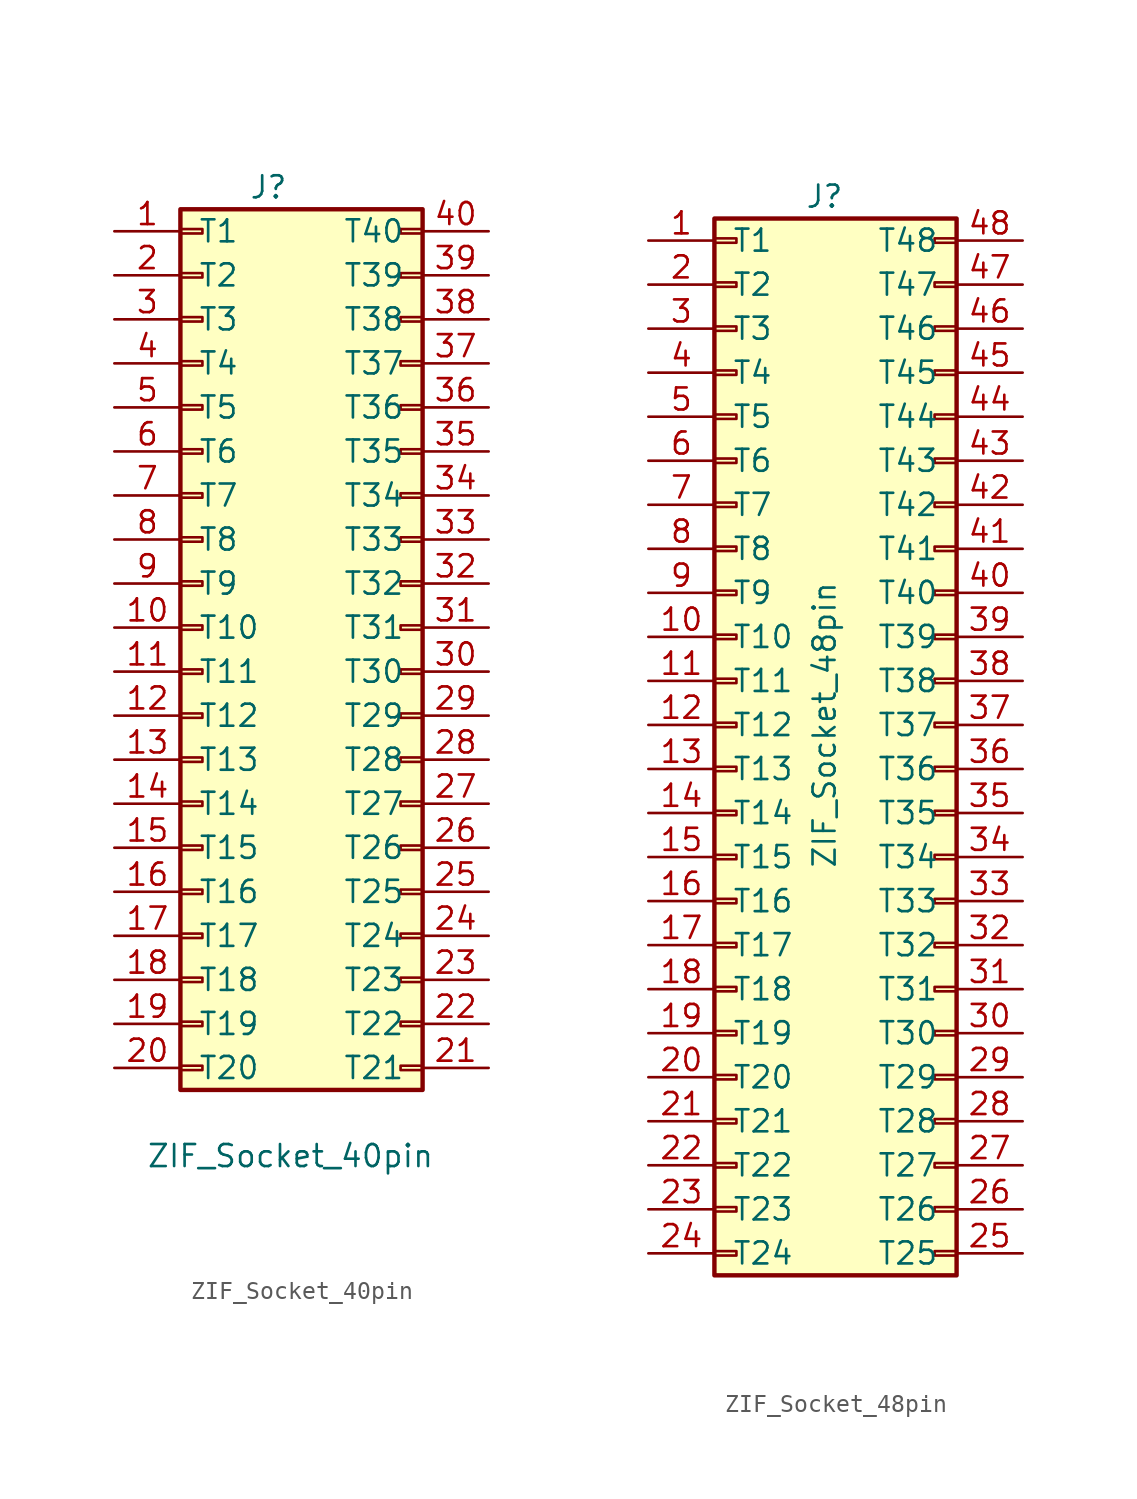
<source format=kicad_sym>
(kicad_symbol_lib
  (version 20211014)
  (generator kicad_symbol_editor)
  (symbol "ZIF_Socket_40pin"
    (pin_names
      (offset 1.016))
    (property "Reference" "J"
      (at 3.81 25.4 0)
      (effects (font (size 1.27 1.27))))
    (property "Value" "ZIF_Socket_40pin"
      (at 5.08 -30.48 0)
      (effects (font (size 1.27 1.27))))
    (symbol "ZIF_Socket_40pin_1_1"
      (rectangle (start -1.27 -25.273) (end 0 -25.527) (stroke (width 0.152) (type default) (color 0 0 0 0)) (fill (type none)))
      (rectangle (start -1.27 -22.733) (end 0 -22.987) (stroke (width 0.152) (type default) (color 0 0 0 0)) (fill (type none)))
      (rectangle (start -1.27 -20.193) (end 0 -20.447) (stroke (width 0.152) (type default) (color 0 0 0 0)) (fill (type none)))
      (rectangle (start -1.27 -17.653) (end 0 -17.907) (stroke (width 0.152) (type default) (color 0 0 0 0)) (fill (type none)))
      (rectangle (start -1.27 -15.113) (end 0 -15.367) (stroke (width 0.152) (type default) (color 0 0 0 0)) (fill (type none)))
      (rectangle (start -1.27 -12.573) (end 0 -12.827) (stroke (width 0.152) (type default) (color 0 0 0 0)) (fill (type none)))
      (rectangle (start -1.27 -10.033) (end 0 -10.287) (stroke (width 0.152) (type default) (color 0 0 0 0)) (fill (type none)))
      (rectangle (start -1.27 -7.493) (end 0 -7.747) (stroke (width 0.152) (type default) (color 0 0 0 0)) (fill (type none)))
      (rectangle (start -1.27 -4.953) (end 0 -5.207) (stroke (width 0.152) (type default) (color 0 0 0 0)) (fill (type none)))
      (rectangle (start -1.27 -2.413) (end 0 -2.667) (stroke (width 0.152) (type default) (color 0 0 0 0)) (fill (type none)))
      (rectangle (start -1.27 0.127) (end 0 -0.127) (stroke (width 0.152) (type default) (color 0 0 0 0)) (fill (type none)))
      (rectangle (start -1.27 2.667) (end 0 2.413) (stroke (width 0.152) (type default) (color 0 0 0 0)) (fill (type none)))
      (rectangle (start -1.27 5.207) (end 0 4.953) (stroke (width 0.152) (type default) (color 0 0 0 0)) (fill (type none)))
      (rectangle (start -1.27 7.747) (end 0 7.493) (stroke (width 0.152) (type default) (color 0 0 0 0)) (fill (type none)))
      (rectangle (start -1.27 10.287) (end 0 10.033) (stroke (width 0.152) (type default) (color 0 0 0 0)) (fill (type none)))
      (rectangle (start -1.27 12.827) (end 0 12.573) (stroke (width 0.152) (type default) (color 0 0 0 0)) (fill (type none)))
      (rectangle (start -1.27 15.367) (end 0 15.113) (stroke (width 0.152) (type default) (color 0 0 0 0)) (fill (type none)))
      (rectangle (start -1.27 17.907) (end 0 17.653) (stroke (width 0.152) (type default) (color 0 0 0 0)) (fill (type none)))
      (rectangle (start -1.27 20.447) (end 0 20.193) (stroke (width 0.152) (type default) (color 0 0 0 0)) (fill (type none)))
      (rectangle (start -1.27 22.987) (end 0 22.733) (stroke (width 0.152) (type default) (color 0 0 0 0)) (fill (type none)))
      (rectangle (start -1.27 24.13) (end 12.7 -26.67) (stroke (width 0.254) (type default) (color 0 0 0 0)) (fill (type background)))
      (rectangle (start 12.7 -25.273) (end 11.43 -25.527) (stroke (width 0.152) (type default) (color 0 0 0 0)) (fill (type none)))
      (rectangle (start 12.7 -22.733) (end 11.43 -22.987) (stroke (width 0.152) (type default) (color 0 0 0 0)) (fill (type none)))
      (rectangle (start 12.7 -20.193) (end 11.43 -20.447) (stroke (width 0.152) (type default) (color 0 0 0 0)) (fill (type none)))
      (rectangle (start 12.7 -17.653) (end 11.43 -17.907) (stroke (width 0.152) (type default) (color 0 0 0 0)) (fill (type none)))
      (rectangle (start 12.7 -15.113) (end 11.43 -15.367) (stroke (width 0.152) (type default) (color 0 0 0 0)) (fill (type none)))
      (rectangle (start 12.7 -12.573) (end 11.43 -12.827) (stroke (width 0.152) (type default) (color 0 0 0 0)) (fill (type none)))
      (rectangle (start 12.7 -10.033) (end 11.43 -10.287) (stroke (width 0.152) (type default) (color 0 0 0 0)) (fill (type none)))
      (rectangle (start 12.7 -7.493) (end 11.43 -7.747) (stroke (width 0.152) (type default) (color 0 0 0 0)) (fill (type none)))
      (rectangle (start 12.7 -4.953) (end 11.43 -5.207) (stroke (width 0.152) (type default) (color 0 0 0 0)) (fill (type none)))
      (rectangle (start 12.7 -2.413) (end 11.43 -2.667) (stroke (width 0.152) (type default) (color 0 0 0 0)) (fill (type none)))
      (rectangle (start 12.7 0.127) (end 11.43 -0.127) (stroke (width 0.152) (type default) (color 0 0 0 0)) (fill (type none)))
      (rectangle (start 12.7 2.667) (end 11.43 2.413) (stroke (width 0.152) (type default) (color 0 0 0 0)) (fill (type none)))
      (rectangle (start 12.7 5.207) (end 11.43 4.953) (stroke (width 0.152) (type default) (color 0 0 0 0)) (fill (type none)))
      (rectangle (start 12.7 7.747) (end 11.43 7.493) (stroke (width 0.152) (type default) (color 0 0 0 0)) (fill (type none)))
      (rectangle (start 12.7 10.287) (end 11.43 10.033) (stroke (width 0.152) (type default) (color 0 0 0 0)) (fill (type none)))
      (rectangle (start 12.7 12.827) (end 11.43 12.573) (stroke (width 0.152) (type default) (color 0 0 0 0)) (fill (type none)))
      (rectangle (start 12.7 15.367) (end 11.43 15.113) (stroke (width 0.152) (type default) (color 0 0 0 0)) (fill (type none)))
      (rectangle (start 12.7 17.907) (end 11.43 17.653) (stroke (width 0.152) (type default) (color 0 0 0 0)) (fill (type none)))
      (rectangle (start 12.7 20.447) (end 11.43 20.193) (stroke (width 0.152) (type default) (color 0 0 0 0)) (fill (type none)))
      (rectangle (start 12.7 22.987) (end 11.43 22.733) (stroke (width 0.152) (type default) (color 0 0 0 0)) (fill (type none)))
      (pin passive line (at -5.08 22.86 0) (length 3.81) (name "T1" (effects (font (size 1.27 1.27)))) (number "1" (effects (font (size 1.27 1.27)))))
      (pin passive line (at -5.08 0 0) (length 3.81) (name "T10" (effects (font (size 1.27 1.27)))) (number "10" (effects (font (size 1.27 1.27)))))
      (pin passive line (at -5.08 -2.54 0) (length 3.81) (name "T11" (effects (font (size 1.27 1.27)))) (number "11" (effects (font (size 1.27 1.27)))))
      (pin passive line (at -5.08 -5.08 0) (length 3.81) (name "T12" (effects (font (size 1.27 1.27)))) (number "12" (effects (font (size 1.27 1.27)))))
      (pin passive line (at -5.08 -7.62 0) (length 3.81) (name "T13" (effects (font (size 1.27 1.27)))) (number "13" (effects (font (size 1.27 1.27)))))
      (pin passive line (at -5.08 -10.16 0) (length 3.81) (name "T14" (effects (font (size 1.27 1.27)))) (number "14" (effects (font (size 1.27 1.27)))))
      (pin passive line (at -5.08 -12.7 0) (length 3.81) (name "T15" (effects (font (size 1.27 1.27)))) (number "15" (effects (font (size 1.27 1.27)))))
      (pin passive line (at -5.08 -15.24 0) (length 3.81) (name "T16" (effects (font (size 1.27 1.27)))) (number "16" (effects (font (size 1.27 1.27)))))
      (pin passive line (at -5.08 -17.78 0) (length 3.81) (name "T17" (effects (font (size 1.27 1.27)))) (number "17" (effects (font (size 1.27 1.27)))))
      (pin passive line (at -5.08 -20.32 0) (length 3.81) (name "T18" (effects (font (size 1.27 1.27)))) (number "18" (effects (font (size 1.27 1.27)))))
      (pin passive line (at -5.08 -22.86 0) (length 3.81) (name "T19" (effects (font (size 1.27 1.27)))) (number "19" (effects (font (size 1.27 1.27)))))
      (pin passive line (at -5.08 20.32 0) (length 3.81) (name "T2" (effects (font (size 1.27 1.27)))) (number "2" (effects (font (size 1.27 1.27)))))
      (pin passive line (at -5.08 -25.4 0) (length 3.81) (name "T20" (effects (font (size 1.27 1.27)))) (number "20" (effects (font (size 1.27 1.27)))))
      (pin passive line (at 16.51 -25.4 180) (length 3.81) (name "T21" (effects (font (size 1.27 1.27)))) (number "21" (effects (font (size 1.27 1.27)))))
      (pin passive line (at 16.51 -22.86 180) (length 3.81) (name "T22" (effects (font (size 1.27 1.27)))) (number "22" (effects (font (size 1.27 1.27)))))
      (pin passive line (at 16.51 -20.32 180) (length 3.81) (name "T23" (effects (font (size 1.27 1.27)))) (number "23" (effects (font (size 1.27 1.27)))))
      (pin passive line (at 16.51 -17.78 180) (length 3.81) (name "T24" (effects (font (size 1.27 1.27)))) (number "24" (effects (font (size 1.27 1.27)))))
      (pin passive line (at 16.51 -15.24 180) (length 3.81) (name "T25" (effects (font (size 1.27 1.27)))) (number "25" (effects (font (size 1.27 1.27)))))
      (pin passive line (at 16.51 -12.7 180) (length 3.81) (name "T26" (effects (font (size 1.27 1.27)))) (number "26" (effects (font (size 1.27 1.27)))))
      (pin passive line (at 16.51 -10.16 180) (length 3.81) (name "T27" (effects (font (size 1.27 1.27)))) (number "27" (effects (font (size 1.27 1.27)))))
      (pin passive line (at 16.51 -7.62 180) (length 3.81) (name "T28" (effects (font (size 1.27 1.27)))) (number "28" (effects (font (size 1.27 1.27)))))
      (pin passive line (at 16.51 -5.08 180) (length 3.81) (name "T29" (effects (font (size 1.27 1.27)))) (number "29" (effects (font (size 1.27 1.27)))))
      (pin passive line (at -5.08 17.78 0) (length 3.81) (name "T3" (effects (font (size 1.27 1.27)))) (number "3" (effects (font (size 1.27 1.27)))))
      (pin passive line (at 16.51 -2.54 180) (length 3.81) (name "T30" (effects (font (size 1.27 1.27)))) (number "30" (effects (font (size 1.27 1.27)))))
      (pin passive line (at 16.51 0 180) (length 3.81) (name "T31" (effects (font (size 1.27 1.27)))) (number "31" (effects (font (size 1.27 1.27)))))
      (pin passive line (at 16.51 2.54 180) (length 3.81) (name "T32" (effects (font (size 1.27 1.27)))) (number "32" (effects (font (size 1.27 1.27)))))
      (pin passive line (at 16.51 5.08 180) (length 3.81) (name "T33" (effects (font (size 1.27 1.27)))) (number "33" (effects (font (size 1.27 1.27)))))
      (pin passive line (at 16.51 7.62 180) (length 3.81) (name "T34" (effects (font (size 1.27 1.27)))) (number "34" (effects (font (size 1.27 1.27)))))
      (pin passive line (at 16.51 10.16 180) (length 3.81) (name "T35" (effects (font (size 1.27 1.27)))) (number "35" (effects (font (size 1.27 1.27)))))
      (pin passive line (at 16.51 12.7 180) (length 3.81) (name "T36" (effects (font (size 1.27 1.27)))) (number "36" (effects (font (size 1.27 1.27)))))
      (pin passive line (at 16.51 15.24 180) (length 3.81) (name "T37" (effects (font (size 1.27 1.27)))) (number "37" (effects (font (size 1.27 1.27)))))
      (pin passive line (at 16.51 17.78 180) (length 3.81) (name "T38" (effects (font (size 1.27 1.27)))) (number "38" (effects (font (size 1.27 1.27)))))
      (pin passive line (at 16.51 20.32 180) (length 3.81) (name "T39" (effects (font (size 1.27 1.27)))) (number "39" (effects (font (size 1.27 1.27)))))
      (pin passive line (at -5.08 15.24 0) (length 3.81) (name "T4" (effects (font (size 1.27 1.27)))) (number "4" (effects (font (size 1.27 1.27)))))
      (pin passive line (at 16.51 22.86 180) (length 3.81) (name "T40" (effects (font (size 1.27 1.27)))) (number "40" (effects (font (size 1.27 1.27)))))
      (pin passive line (at -5.08 12.7 0) (length 3.81) (name "T5" (effects (font (size 1.27 1.27)))) (number "5" (effects (font (size 1.27 1.27)))))
      (pin passive line (at -5.08 10.16 0) (length 3.81) (name "T6" (effects (font (size 1.27 1.27)))) (number "6" (effects (font (size 1.27 1.27)))))
      (pin passive line (at -5.08 7.62 0) (length 3.81) (name "T7" (effects (font (size 1.27 1.27)))) (number "7" (effects (font (size 1.27 1.27)))))
      (pin passive line (at -5.08 5.08 0) (length 3.81) (name "T8" (effects (font (size 1.27 1.27)))) (number "8" (effects (font (size 1.27 1.27)))))
      (pin passive line (at -5.08 2.54 0) (length 3.81) (name "T9" (effects (font (size 1.27 1.27)))) (number "9" (effects (font (size 1.27 1.27)))))))
  (symbol "ZIF_Socket_48pin"
    (pin_names
      (offset 1.016))
    (property "Reference" "J"
      (at 5.08 30.48 0)
      (effects (font (size 1.27 1.27))))
    (property "Value" "ZIF_Socket_48pin"
      (at 5.08 0 90)
      (effects (font (size 1.27 1.27))))
    (symbol "ZIF_Socket_48pin_1_1"
      (rectangle (start -1.27 -30.353) (end 0 -30.607) (stroke (width 0.152) (type default) (color 0 0 0 0)) (fill (type none)))
      (rectangle (start -1.27 -27.813) (end 0 -28.067) (stroke (width 0.152) (type default) (color 0 0 0 0)) (fill (type none)))
      (rectangle (start -1.27 -25.273) (end 0 -25.527) (stroke (width 0.152) (type default) (color 0 0 0 0)) (fill (type none)))
      (rectangle (start -1.27 -22.733) (end 0 -22.987) (stroke (width 0.152) (type default) (color 0 0 0 0)) (fill (type none)))
      (rectangle (start -1.27 -20.193) (end 0 -20.447) (stroke (width 0.152) (type default) (color 0 0 0 0)) (fill (type none)))
      (rectangle (start -1.27 -17.653) (end 0 -17.907) (stroke (width 0.152) (type default) (color 0 0 0 0)) (fill (type none)))
      (rectangle (start -1.27 -15.113) (end 0 -15.367) (stroke (width 0.152) (type default) (color 0 0 0 0)) (fill (type none)))
      (rectangle (start -1.27 -12.573) (end 0 -12.827) (stroke (width 0.152) (type default) (color 0 0 0 0)) (fill (type none)))
      (rectangle (start -1.27 -10.033) (end 0 -10.287) (stroke (width 0.152) (type default) (color 0 0 0 0)) (fill (type none)))
      (rectangle (start -1.27 -7.493) (end 0 -7.747) (stroke (width 0.152) (type default) (color 0 0 0 0)) (fill (type none)))
      (rectangle (start -1.27 -4.953) (end 0 -5.207) (stroke (width 0.152) (type default) (color 0 0 0 0)) (fill (type none)))
      (rectangle (start -1.27 -2.413) (end 0 -2.667) (stroke (width 0.152) (type default) (color 0 0 0 0)) (fill (type none)))
      (rectangle (start -1.27 0.127) (end 0 -0.127) (stroke (width 0.152) (type default) (color 0 0 0 0)) (fill (type none)))
      (rectangle (start -1.27 2.667) (end 0 2.413) (stroke (width 0.152) (type default) (color 0 0 0 0)) (fill (type none)))
      (rectangle (start -1.27 5.207) (end 0 4.953) (stroke (width 0.152) (type default) (color 0 0 0 0)) (fill (type none)))
      (rectangle (start -1.27 7.747) (end 0 7.493) (stroke (width 0.152) (type default) (color 0 0 0 0)) (fill (type none)))
      (rectangle (start -1.27 10.287) (end 0 10.033) (stroke (width 0.152) (type default) (color 0 0 0 0)) (fill (type none)))
      (rectangle (start -1.27 12.827) (end 0 12.573) (stroke (width 0.152) (type default) (color 0 0 0 0)) (fill (type none)))
      (rectangle (start -1.27 15.367) (end 0 15.113) (stroke (width 0.152) (type default) (color 0 0 0 0)) (fill (type none)))
      (rectangle (start -1.27 17.907) (end 0 17.653) (stroke (width 0.152) (type default) (color 0 0 0 0)) (fill (type none)))
      (rectangle (start -1.27 20.447) (end 0 20.193) (stroke (width 0.152) (type default) (color 0 0 0 0)) (fill (type none)))
      (rectangle (start -1.27 22.987) (end 0 22.733) (stroke (width 0.152) (type default) (color 0 0 0 0)) (fill (type none)))
      (rectangle (start -1.27 25.527) (end 0 25.273) (stroke (width 0.152) (type default) (color 0 0 0 0)) (fill (type none)))
      (rectangle (start -1.27 28.067) (end 0 27.813) (stroke (width 0.152) (type default) (color 0 0 0 0)) (fill (type none)))
      (rectangle (start -1.27 29.21) (end 12.7 -31.75) (stroke (width 0.254) (type default) (color 0 0 0 0)) (fill (type background)))
      (rectangle (start 12.7 -30.353) (end 11.43 -30.607) (stroke (width 0.152) (type default) (color 0 0 0 0)) (fill (type none)))
      (rectangle (start 12.7 -27.813) (end 11.43 -28.067) (stroke (width 0.152) (type default) (color 0 0 0 0)) (fill (type none)))
      (rectangle (start 12.7 -25.273) (end 11.43 -25.527) (stroke (width 0.152) (type default) (color 0 0 0 0)) (fill (type none)))
      (rectangle (start 12.7 -22.733) (end 11.43 -22.987) (stroke (width 0.152) (type default) (color 0 0 0 0)) (fill (type none)))
      (rectangle (start 12.7 -20.193) (end 11.43 -20.447) (stroke (width 0.152) (type default) (color 0 0 0 0)) (fill (type none)))
      (rectangle (start 12.7 -17.653) (end 11.43 -17.907) (stroke (width 0.152) (type default) (color 0 0 0 0)) (fill (type none)))
      (rectangle (start 12.7 -15.113) (end 11.43 -15.367) (stroke (width 0.152) (type default) (color 0 0 0 0)) (fill (type none)))
      (rectangle (start 12.7 -12.573) (end 11.43 -12.827) (stroke (width 0.152) (type default) (color 0 0 0 0)) (fill (type none)))
      (rectangle (start 12.7 -10.033) (end 11.43 -10.287) (stroke (width 0.152) (type default) (color 0 0 0 0)) (fill (type none)))
      (rectangle (start 12.7 -7.493) (end 11.43 -7.747) (stroke (width 0.152) (type default) (color 0 0 0 0)) (fill (type none)))
      (rectangle (start 12.7 -4.953) (end 11.43 -5.207) (stroke (width 0.152) (type default) (color 0 0 0 0)) (fill (type none)))
      (rectangle (start 12.7 -2.413) (end 11.43 -2.667) (stroke (width 0.152) (type default) (color 0 0 0 0)) (fill (type none)))
      (rectangle (start 12.7 0.127) (end 11.43 -0.127) (stroke (width 0.152) (type default) (color 0 0 0 0)) (fill (type none)))
      (rectangle (start 12.7 2.667) (end 11.43 2.413) (stroke (width 0.152) (type default) (color 0 0 0 0)) (fill (type none)))
      (rectangle (start 12.7 5.207) (end 11.43 4.953) (stroke (width 0.152) (type default) (color 0 0 0 0)) (fill (type none)))
      (rectangle (start 12.7 7.747) (end 11.43 7.493) (stroke (width 0.152) (type default) (color 0 0 0 0)) (fill (type none)))
      (rectangle (start 12.7 10.287) (end 11.43 10.033) (stroke (width 0.152) (type default) (color 0 0 0 0)) (fill (type none)))
      (rectangle (start 12.7 12.827) (end 11.43 12.573) (stroke (width 0.152) (type default) (color 0 0 0 0)) (fill (type none)))
      (rectangle (start 12.7 15.367) (end 11.43 15.113) (stroke (width 0.152) (type default) (color 0 0 0 0)) (fill (type none)))
      (rectangle (start 12.7 17.907) (end 11.43 17.653) (stroke (width 0.152) (type default) (color 0 0 0 0)) (fill (type none)))
      (rectangle (start 12.7 20.447) (end 11.43 20.193) (stroke (width 0.152) (type default) (color 0 0 0 0)) (fill (type none)))
      (rectangle (start 12.7 22.987) (end 11.43 22.733) (stroke (width 0.152) (type default) (color 0 0 0 0)) (fill (type none)))
      (rectangle (start 12.7 25.527) (end 11.43 25.273) (stroke (width 0.152) (type default) (color 0 0 0 0)) (fill (type none)))
      (rectangle (start 12.7 28.067) (end 11.43 27.813) (stroke (width 0.152) (type default) (color 0 0 0 0)) (fill (type none)))
      (pin passive line (at -5.08 27.94 0) (length 3.81) (name "T1" (effects (font (size 1.27 1.27)))) (number "1" (effects (font (size 1.27 1.27)))))
      (pin passive line (at -5.08 5.08 0) (length 3.81) (name "T10" (effects (font (size 1.27 1.27)))) (number "10" (effects (font (size 1.27 1.27)))))
      (pin passive line (at -5.08 2.54 0) (length 3.81) (name "T11" (effects (font (size 1.27 1.27)))) (number "11" (effects (font (size 1.27 1.27)))))
      (pin passive line (at -5.08 0 0) (length 3.81) (name "T12" (effects (font (size 1.27 1.27)))) (number "12" (effects (font (size 1.27 1.27)))))
      (pin passive line (at -5.08 -2.54 0) (length 3.81) (name "T13" (effects (font (size 1.27 1.27)))) (number "13" (effects (font (size 1.27 1.27)))))
      (pin passive line (at -5.08 -5.08 0) (length 3.81) (name "T14" (effects (font (size 1.27 1.27)))) (number "14" (effects (font (size 1.27 1.27)))))
      (pin passive line (at -5.08 -7.62 0) (length 3.81) (name "T15" (effects (font (size 1.27 1.27)))) (number "15" (effects (font (size 1.27 1.27)))))
      (pin passive line (at -5.08 -10.16 0) (length 3.81) (name "T16" (effects (font (size 1.27 1.27)))) (number "16" (effects (font (size 1.27 1.27)))))
      (pin passive line (at -5.08 -12.7 0) (length 3.81) (name "T17" (effects (font (size 1.27 1.27)))) (number "17" (effects (font (size 1.27 1.27)))))
      (pin passive line (at -5.08 -15.24 0) (length 3.81) (name "T18" (effects (font (size 1.27 1.27)))) (number "18" (effects (font (size 1.27 1.27)))))
      (pin passive line (at -5.08 -17.78 0) (length 3.81) (name "T19" (effects (font (size 1.27 1.27)))) (number "19" (effects (font (size 1.27 1.27)))))
      (pin passive line (at -5.08 25.4 0) (length 3.81) (name "T2" (effects (font (size 1.27 1.27)))) (number "2" (effects (font (size 1.27 1.27)))))
      (pin passive line (at -5.08 -20.32 0) (length 3.81) (name "T20" (effects (font (size 1.27 1.27)))) (number "20" (effects (font (size 1.27 1.27)))))
      (pin passive line (at -5.08 -22.86 0) (length 3.81) (name "T21" (effects (font (size 1.27 1.27)))) (number "21" (effects (font (size 1.27 1.27)))))
      (pin passive line (at -5.08 -25.4 0) (length 3.81) (name "T22" (effects (font (size 1.27 1.27)))) (number "22" (effects (font (size 1.27 1.27)))))
      (pin passive line (at -5.08 -27.94 0) (length 3.81) (name "T23" (effects (font (size 1.27 1.27)))) (number "23" (effects (font (size 1.27 1.27)))))
      (pin passive line (at -5.08 -30.48 0) (length 3.81) (name "T24" (effects (font (size 1.27 1.27)))) (number "24" (effects (font (size 1.27 1.27)))))
      (pin passive line (at 16.51 -30.48 180) (length 3.81) (name "T25" (effects (font (size 1.27 1.27)))) (number "25" (effects (font (size 1.27 1.27)))))
      (pin passive line (at 16.51 -27.94 180) (length 3.81) (name "T26" (effects (font (size 1.27 1.27)))) (number "26" (effects (font (size 1.27 1.27)))))
      (pin passive line (at 16.51 -25.4 180) (length 3.81) (name "T27" (effects (font (size 1.27 1.27)))) (number "27" (effects (font (size 1.27 1.27)))))
      (pin passive line (at 16.51 -22.86 180) (length 3.81) (name "T28" (effects (font (size 1.27 1.27)))) (number "28" (effects (font (size 1.27 1.27)))))
      (pin passive line (at 16.51 -20.32 180) (length 3.81) (name "T29" (effects (font (size 1.27 1.27)))) (number "29" (effects (font (size 1.27 1.27)))))
      (pin passive line (at -5.08 22.86 0) (length 3.81) (name "T3" (effects (font (size 1.27 1.27)))) (number "3" (effects (font (size 1.27 1.27)))))
      (pin passive line (at 16.51 -17.78 180) (length 3.81) (name "T30" (effects (font (size 1.27 1.27)))) (number "30" (effects (font (size 1.27 1.27)))))
      (pin passive line (at 16.51 -15.24 180) (length 3.81) (name "T31" (effects (font (size 1.27 1.27)))) (number "31" (effects (font (size 1.27 1.27)))))
      (pin passive line (at 16.51 -12.7 180) (length 3.81) (name "T32" (effects (font (size 1.27 1.27)))) (number "32" (effects (font (size 1.27 1.27)))))
      (pin passive line (at 16.51 -10.16 180) (length 3.81) (name "T33" (effects (font (size 1.27 1.27)))) (number "33" (effects (font (size 1.27 1.27)))))
      (pin passive line (at 16.51 -7.62 180) (length 3.81) (name "T34" (effects (font (size 1.27 1.27)))) (number "34" (effects (font (size 1.27 1.27)))))
      (pin passive line (at 16.51 -5.08 180) (length 3.81) (name "T35" (effects (font (size 1.27 1.27)))) (number "35" (effects (font (size 1.27 1.27)))))
      (pin passive line (at 16.51 -2.54 180) (length 3.81) (name "T36" (effects (font (size 1.27 1.27)))) (number "36" (effects (font (size 1.27 1.27)))))
      (pin passive line (at 16.51 0 180) (length 3.81) (name "T37" (effects (font (size 1.27 1.27)))) (number "37" (effects (font (size 1.27 1.27)))))
      (pin passive line (at 16.51 2.54 180) (length 3.81) (name "T38" (effects (font (size 1.27 1.27)))) (number "38" (effects (font (size 1.27 1.27)))))
      (pin passive line (at 16.51 5.08 180) (length 3.81) (name "T39" (effects (font (size 1.27 1.27)))) (number "39" (effects (font (size 1.27 1.27)))))
      (pin passive line (at -5.08 20.32 0) (length 3.81) (name "T4" (effects (font (size 1.27 1.27)))) (number "4" (effects (font (size 1.27 1.27)))))
      (pin passive line (at 16.51 7.62 180) (length 3.81) (name "T40" (effects (font (size 1.27 1.27)))) (number "40" (effects (font (size 1.27 1.27)))))
      (pin passive line (at 16.51 10.16 180) (length 3.81) (name "T41" (effects (font (size 1.27 1.27)))) (number "41" (effects (font (size 1.27 1.27)))))
      (pin passive line (at 16.51 12.7 180) (length 3.81) (name "T42" (effects (font (size 1.27 1.27)))) (number "42" (effects (font (size 1.27 1.27)))))
      (pin passive line (at 16.51 15.24 180) (length 3.81) (name "T43" (effects (font (size 1.27 1.27)))) (number "43" (effects (font (size 1.27 1.27)))))
      (pin passive line (at 16.51 17.78 180) (length 3.81) (name "T44" (effects (font (size 1.27 1.27)))) (number "44" (effects (font (size 1.27 1.27)))))
      (pin passive line (at 16.51 20.32 180) (length 3.81) (name "T45" (effects (font (size 1.27 1.27)))) (number "45" (effects (font (size 1.27 1.27)))))
      (pin passive line (at 16.51 22.86 180) (length 3.81) (name "T46" (effects (font (size 1.27 1.27)))) (number "46" (effects (font (size 1.27 1.27)))))
      (pin passive line (at 16.51 25.4 180) (length 3.81) (name "T47" (effects (font (size 1.27 1.27)))) (number "47" (effects (font (size 1.27 1.27)))))
      (pin passive line (at 16.51 27.94 180) (length 3.81) (name "T48" (effects (font (size 1.27 1.27)))) (number "48" (effects (font (size 1.27 1.27)))))
      (pin passive line (at -5.08 17.78 0) (length 3.81) (name "T5" (effects (font (size 1.27 1.27)))) (number "5" (effects (font (size 1.27 1.27)))))
      (pin passive line (at -5.08 15.24 0) (length 3.81) (name "T6" (effects (font (size 1.27 1.27)))) (number "6" (effects (font (size 1.27 1.27)))))
      (pin passive line (at -5.08 12.7 0) (length 3.81) (name "T7" (effects (font (size 1.27 1.27)))) (number "7" (effects (font (size 1.27 1.27)))))
      (pin passive line (at -5.08 10.16 0) (length 3.81) (name "T8" (effects (font (size 1.27 1.27)))) (number "8" (effects (font (size 1.27 1.27)))))
      (pin passive line (at -5.08 7.62 0) (length 3.81) (name "T9" (effects (font (size 1.27 1.27)))) (number "9" (effects (font (size 1.27 1.27))))))))
</source>
